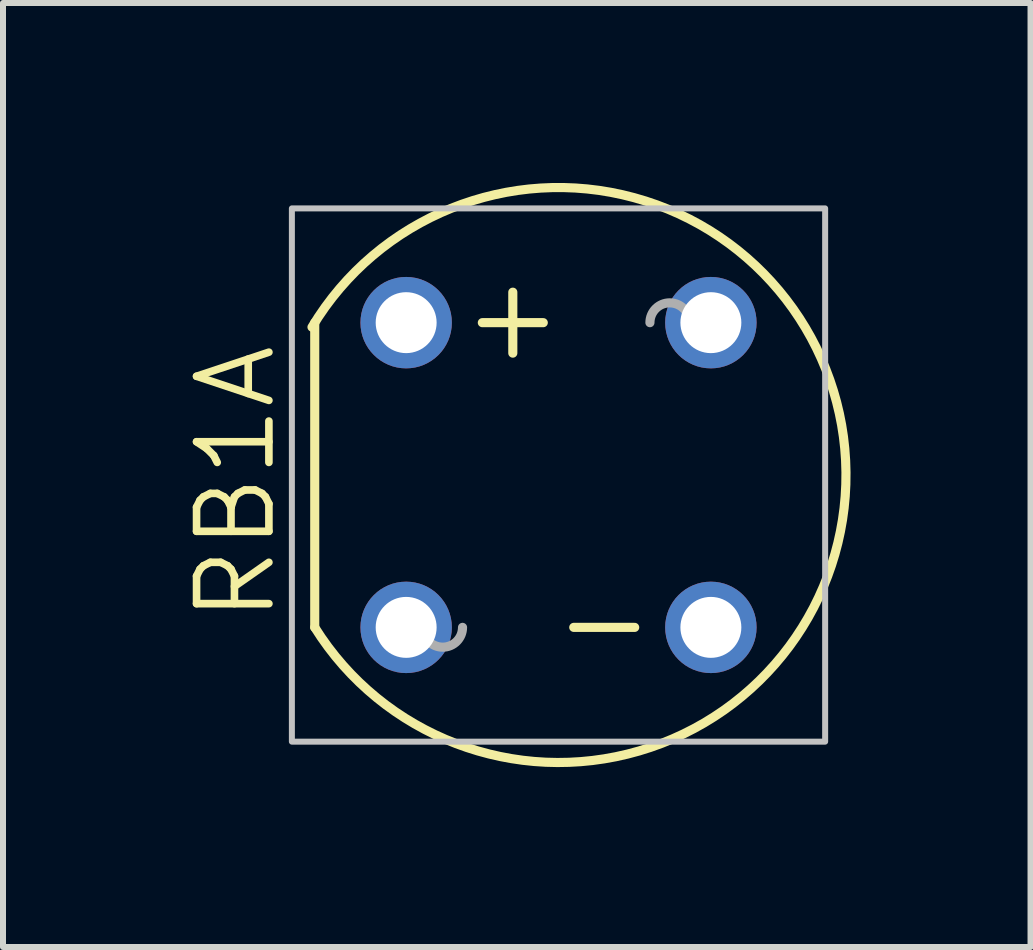
<source format=kicad_pcb>
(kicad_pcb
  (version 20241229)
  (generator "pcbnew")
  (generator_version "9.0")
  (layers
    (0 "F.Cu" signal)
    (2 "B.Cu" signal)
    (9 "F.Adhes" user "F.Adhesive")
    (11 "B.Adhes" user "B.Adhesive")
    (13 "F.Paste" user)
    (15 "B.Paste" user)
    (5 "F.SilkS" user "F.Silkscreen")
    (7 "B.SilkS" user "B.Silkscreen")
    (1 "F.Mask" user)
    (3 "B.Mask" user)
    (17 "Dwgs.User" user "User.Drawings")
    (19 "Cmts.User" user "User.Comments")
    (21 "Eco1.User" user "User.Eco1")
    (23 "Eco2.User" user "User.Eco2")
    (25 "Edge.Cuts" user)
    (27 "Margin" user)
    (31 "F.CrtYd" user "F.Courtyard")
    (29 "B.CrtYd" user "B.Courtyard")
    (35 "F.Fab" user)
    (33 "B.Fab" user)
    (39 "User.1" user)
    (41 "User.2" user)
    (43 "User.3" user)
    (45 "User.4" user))
  (footprint "RB1A"
    (layer "F.Cu")
    (at 6.261 4.869)
    (property "Reference" "RB1A" (at -4.674 2.515 90) (layer "F.SilkS") (effects (font (size 1.206 1.206) (thickness 0.127)) (justify left bottom)))
    (attr through_hole)
    (fp_line (start -4.064 2.54) (end -4.064 -2.54) (stroke (width 0.152) (type solid)) (layer "F.SilkS"))
    (fp_line (start -1.27 -2.54) (end -0.254 -2.54) (stroke (width 0.152) (type solid)) (layer "F.SilkS"))
    (fp_line (start -0.762 -2.032) (end -0.762 -3.048) (stroke (width 0.152) (type solid)) (layer "F.SilkS"))
    (fp_line (start 0.254 2.54) (end 1.27 2.54) (stroke (width 0.152) (type solid)) (layer "F.SilkS"))
    (fp_arc (start -4.1095 -2.4657) (mid 4.792262 -0.043559) (end -4.063999 2.539999) (stroke (width 0.1524) (type solid)) (layer "F.SilkS"))
    (fp_poly (pts (xy -4.445 4.445) (xy 4.445 4.445) (xy 4.445 -4.445) (xy -4.445 -4.445)) (stroke (width 0.1) (type solid)) (fill no) (layer "Dwgs.User"))
    (fp_arc (start -2.921 2.54) (mid -2.5908 2.2098) (end -2.2606 2.54) (stroke (width 0.1524) (type solid)) (layer "F.Fab"))
    (fp_arc (start -1.6002 2.54) (mid -1.9304 2.8702) (end -2.2606 2.54) (stroke (width 0.1524) (type solid)) (layer "F.Fab"))
    (fp_arc (start 1.524 -2.54) (mid 1.8542 -2.8702) (end 2.1844 -2.54) (stroke (width 0.1524) (type solid)) (layer "F.Fab"))
    (fp_arc (start 2.8448 -2.54) (mid 2.5146 -2.2098) (end 2.1844 -2.54) (stroke (width 0.1524) (type solid)) (layer "F.Fab"))
    (pad "+" thru_hole circle (at -2.54 -2.54) (size 1.524 1.524) (drill 1.016) (layers "*.Cu" "*.Mask"))
    (pad "-" thru_hole circle (at 2.54 2.54) (size 1.524 1.524) (drill 1.016) (layers "*.Cu" "*.Mask"))
    (pad "AC1" thru_hole circle (at 2.54 -2.54) (size 1.524 1.524) (drill 1.016) (layers "*.Cu" "*.Mask"))
    (pad "AC2" thru_hole circle (at -2.54 2.54) (size 1.524 1.524) (drill 1.016) (layers "*.Cu" "*.Mask")))
  (gr_rect
    (start -3 -3)
    (end 14.13 12.737)
    (stroke (width 0.1) (type default))
    (fill no)
    (layer "Edge.Cuts")))
</source>
